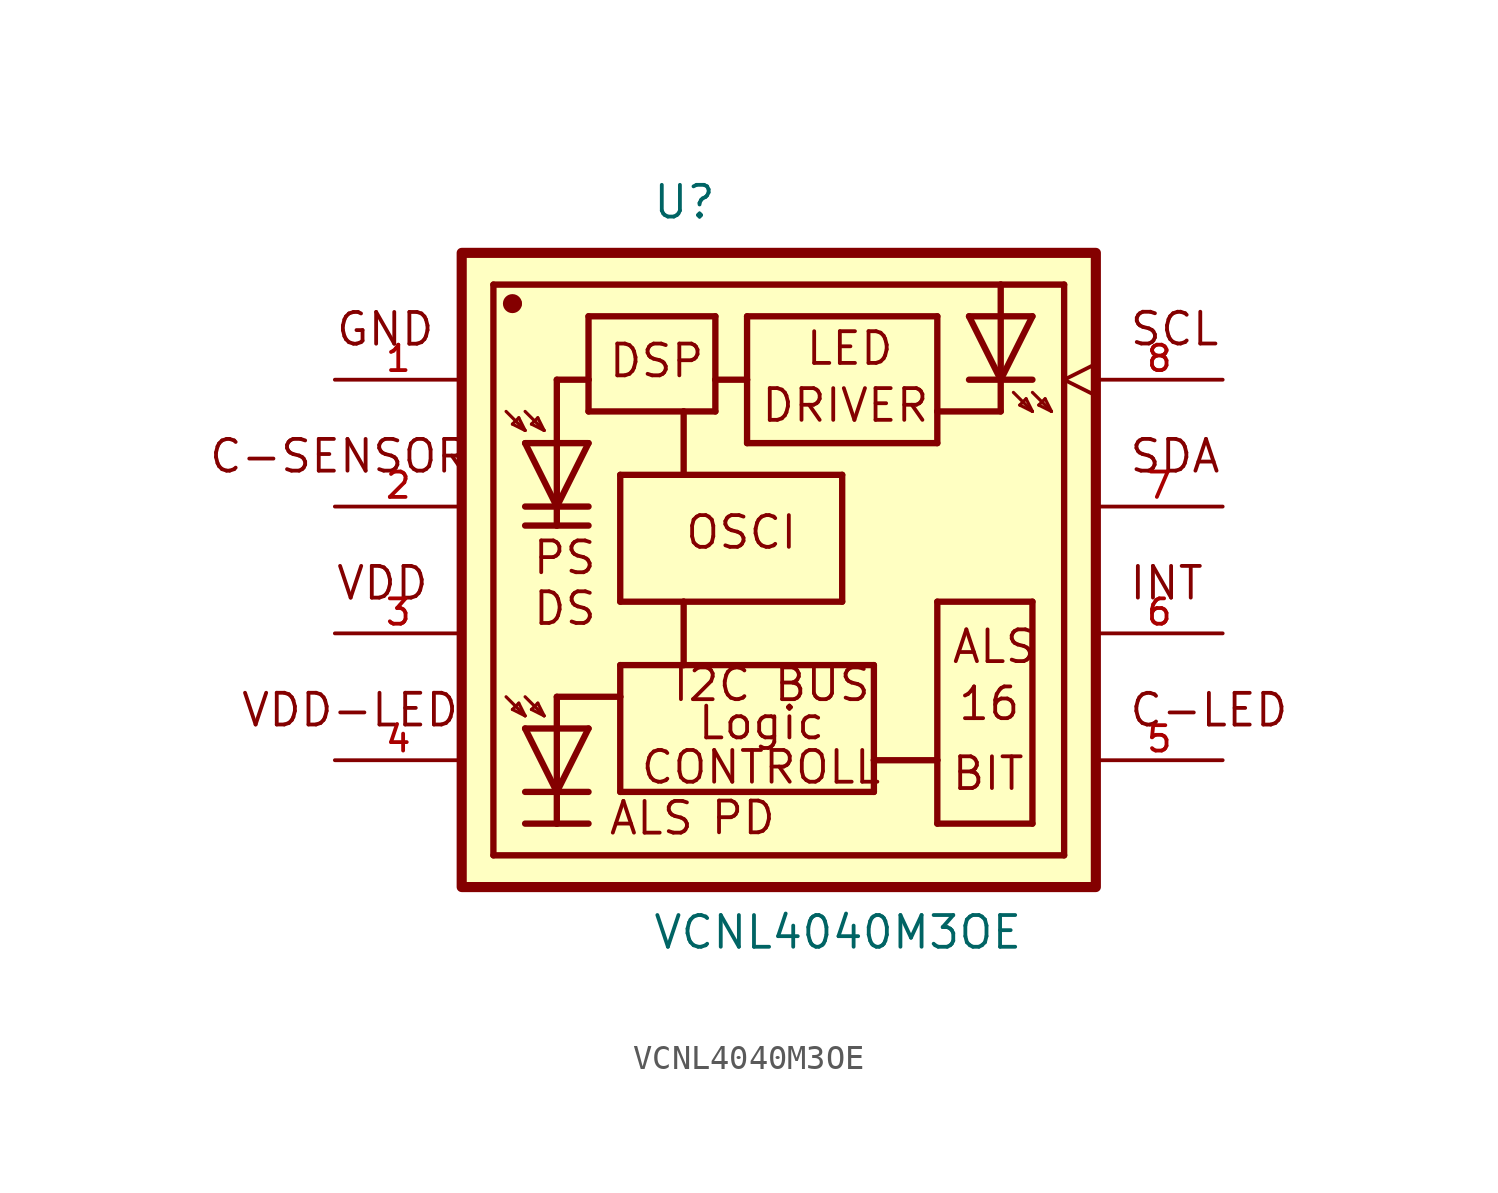
<source format=kicad_sym>
(kicad_symbol_lib
  (version 20211014)
  (generator kicad_symbol_editor)
  (symbol "VCNL4040M3OE"
    (pin_names
      (offset 1.016))
    (property "Reference" "U"
      (at -5.088 13.992 0)
      (effects (font (size 1.27 1.27)) (justify bottom left)))
    (property "Value" "VCNL4040M3OE"
      (at -5.085 -15.255 0)
      (effects (font (size 1.27 1.27)) (justify bottom left)))
    (symbol "VCNL4040M3OE_0_0"
      (polyline (pts (xy -11.43 11.43) (xy 8.89 11.43)) (stroke (width 0.254)))
      (polyline (pts (xy 8.89 11.43) (xy 11.43 11.43)) (stroke (width 0.254)))
      (polyline (pts (xy 11.43 11.43) (xy 11.43 -11.43)) (stroke (width 0.254)))
      (polyline (pts (xy 11.43 -11.43) (xy -11.43 -11.43)) (stroke (width 0.254)))
      (polyline (pts (xy -11.43 -11.43) (xy -11.43 11.43)) (stroke (width 0.254)))
      (text "VDD" (at -17.793 -1.271 0) (effects (font (size 1.271 1.271)) (justify bottom left)))
      (text "C-LED" (at 13.981 -6.355 0) (effects (font (size 1.271 1.271)) (justify bottom left)))
      (text "INT" (at 13.98 -1.271 0) (effects (font (size 1.271 1.271)) (justify bottom left)))
      (text "SDA" (at 13.985 3.814 0) (effects (font (size 1.271 1.271)) (justify bottom left)))
      (text "SCL" (at 13.997 8.907 0) (effects (font (size 1.272 1.272)) (justify bottom left)))
      (text "GND" (at -17.801 8.9 0) (effects (font (size 1.271 1.271)) (justify bottom left)))
      (text "C-SENSOR" (at -22.883 3.814 0) (effects (font (size 1.271 1.271)) (justify bottom left)))
      (text "VDD-LED" (at -21.6 -6.353 0) (effects (font (size 1.271 1.271)) (justify bottom left)))
      (polyline (pts (xy 10.16 -10.16) (xy 6.35 -10.16)) (stroke (width 0.254)))
      (polyline (pts (xy 6.35 -10.16) (xy 6.35 -7.62)) (stroke (width 0.254)))
      (polyline (pts (xy 6.35 -7.62) (xy 6.35 -1.27)) (stroke (width 0.254)))
      (polyline (pts (xy 6.35 -1.27) (xy 10.16 -1.27)) (stroke (width 0.254)))
      (polyline (pts (xy 10.16 -1.27) (xy 10.16 -10.16)) (stroke (width 0.254)))
      (polyline (pts (xy 3.81 -8.89) (xy 3.81 -7.62)) (stroke (width 0.254)))
      (polyline (pts (xy 3.81 -7.62) (xy 3.81 -3.81)) (stroke (width 0.254)))
      (polyline (pts (xy 3.81 -3.81) (xy -3.81 -3.81)) (stroke (width 0.254)))
      (polyline (pts (xy -3.81 -3.81) (xy -6.35 -3.81)) (stroke (width 0.254)))
      (polyline (pts (xy -6.35 -3.81) (xy -6.35 -5.08)) (stroke (width 0.254)))
      (polyline (pts (xy -6.35 -5.08) (xy -6.35 -8.89)) (stroke (width 0.254)))
      (polyline (pts (xy -6.35 -8.89) (xy 3.81 -8.89)) (stroke (width 0.254)))
      (polyline (pts (xy -7.62 10.16) (xy -7.62 7.62)) (stroke (width 0.254)))
      (polyline (pts (xy -7.62 7.62) (xy -7.62 6.35)) (stroke (width 0.254)))
      (polyline (pts (xy -7.62 6.35) (xy -3.81 6.35)) (stroke (width 0.254)))
      (polyline (pts (xy -3.81 6.35) (xy -2.54 6.35)) (stroke (width 0.254)))
      (polyline (pts (xy -2.54 6.35) (xy -2.54 7.62)) (stroke (width 0.254)))
      (polyline (pts (xy -2.54 7.62) (xy -2.54 10.16)) (stroke (width 0.254)))
      (polyline (pts (xy -2.54 10.16) (xy -7.62 10.16)) (stroke (width 0.254)))
      (polyline (pts (xy -6.35 3.81) (xy -6.35 -1.27)) (stroke (width 0.254)))
      (polyline (pts (xy -6.35 -1.27) (xy -3.81 -1.27)) (stroke (width 0.254)))
      (polyline (pts (xy -3.81 -1.27) (xy 2.54 -1.27)) (stroke (width 0.254)))
      (polyline (pts (xy 2.54 -1.27) (xy 2.54 3.81)) (stroke (width 0.254)))
      (polyline (pts (xy 2.54 3.81) (xy -3.81 3.81)) (stroke (width 0.254)))
      (polyline (pts (xy -3.81 3.81) (xy -6.35 3.81)) (stroke (width 0.254)))
      (polyline (pts (xy -3.81 6.35) (xy -3.81 3.81)) (stroke (width 0.254)))
      (polyline (pts (xy -3.81 -1.27) (xy -3.81 -3.81)) (stroke (width 0.254)))
      (polyline (pts (xy 3.81 -7.62) (xy 6.35 -7.62)) (stroke (width 0.254)))
      (polyline (pts (xy -1.27 10.16) (xy -1.27 7.62)) (stroke (width 0.254)))
      (polyline (pts (xy -1.27 7.62) (xy -1.27 5.08)) (stroke (width 0.254)))
      (polyline (pts (xy -1.27 5.08) (xy 6.35 5.08)) (stroke (width 0.254)))
      (polyline (pts (xy 6.35 5.08) (xy 6.35 6.35)) (stroke (width 0.254)))
      (polyline (pts (xy 6.35 6.35) (xy 6.35 10.16)) (stroke (width 0.254)))
      (polyline (pts (xy 6.35 10.16) (xy -1.27 10.16)) (stroke (width 0.254)))
      (polyline (pts (xy 6.35 6.35) (xy 8.89 6.35)) (stroke (width 0.254)))
      (polyline (pts (xy 8.89 6.35) (xy 8.89 7.62)) (stroke (width 0.254)))
      (polyline (pts (xy 8.89 7.62) (xy 8.89 11.43)) (stroke (width 0.254)))
      (polyline (pts (xy -1.27 7.62) (xy -2.54 7.62)) (stroke (width 0.254)))
      (polyline (pts (xy -7.62 7.62) (xy -8.89 7.62)) (stroke (width 0.254)))
      (polyline (pts (xy -8.89 7.62) (xy -8.89 2.54)) (stroke (width 0.254)))
      (polyline (pts (xy -8.89 2.54) (xy -8.89 1.778)) (stroke (width 0.254)))
      (polyline (pts (xy -8.89 1.778) (xy -10.16 1.778)) (stroke (width 0.254)))
      (polyline (pts (xy -8.89 1.778) (xy -7.62 1.778)) (stroke (width 0.254)))
      (polyline (pts (xy -6.35 -5.08) (xy -8.89 -5.08)) (stroke (width 0.254)))
      (polyline (pts (xy -8.89 -5.08) (xy -8.89 -8.89)) (stroke (width 0.254)))
      (polyline (pts (xy -8.89 -8.89) (xy -8.89 -10.16)) (stroke (width 0.254)))
      (polyline (pts (xy -8.89 -10.16) (xy -7.62 -10.16)) (stroke (width 0.254)))
      (polyline (pts (xy -8.89 -10.16) (xy -10.16 -10.16)) (stroke (width 0.254)))
      (text "DSP" (at -6.869 7.632 0) (effects (font (size 1.272 1.272)) (justify bottom left)))
      (text "LED" (at 1.016 8.13 0) (effects (font (size 1.27 1.27)) (justify bottom left)))
      (text "DRIVER" (at -0.763 5.849 0) (effects (font (size 1.271 1.271)) (justify bottom left)))
      (text "OSCI" (at -3.813 0.763 0) (effects (font (size 1.271 1.271)) (justify bottom left)))
      (text "I2C BUS" (at -4.322 -5.338 0) (effects (font (size 1.271 1.271)) (justify bottom left)))
      (text "CONTROLL" (at -5.593 -8.644 0) (effects (font (size 1.271 1.271)) (justify bottom left)))
      (text "Logic" (at -3.308 -6.87 0) (effects (font (size 1.272 1.272)) (justify bottom left)))
      (text "ALS" (at 6.868 -3.815 0) (effects (font (size 1.272 1.272)) (justify bottom left)))
      (text "16" (at 7.116 -6.099 0) (effects (font (size 1.271 1.271)) (justify bottom left)))
      (text "BIT" (at 6.864 -8.898 0) (effects (font (size 1.271 1.271)) (justify bottom left)))
      (polyline (pts (xy -8.89 2.54) (xy -10.16 5.08)) (stroke (width 0.254)))
      (polyline (pts (xy -10.16 5.08) (xy -7.62 5.08)) (stroke (width 0.254)))
      (polyline (pts (xy -7.62 5.08) (xy -8.89 2.54)) (stroke (width 0.254)))
      (polyline (pts (xy -10.16 2.54) (xy -7.62 2.54)) (stroke (width 0.254)))
      (polyline (pts (xy -7.62 -6.35) (xy -10.16 -6.35)) (stroke (width 0.254)))
      (polyline (pts (xy -10.16 -6.35) (xy -8.89 -8.89)) (stroke (width 0.254)))
      (polyline (pts (xy -8.89 -8.89) (xy -7.62 -6.35)) (stroke (width 0.254)))
      (polyline (pts (xy -7.62 -8.89) (xy -10.16 -8.89)) (stroke (width 0.254)))
      (polyline (pts (xy 10.16 10.16) (xy 7.62 10.16)) (stroke (width 0.254)))
      (polyline (pts (xy 7.62 10.16) (xy 8.89 7.62)) (stroke (width 0.254)))
      (polyline (pts (xy 8.89 7.62) (xy 10.16 10.16)) (stroke (width 0.254)))
      (polyline (pts (xy 7.62 7.62) (xy 10.16 7.62)) (stroke (width 0.254)))
      (polyline (pts (xy 9.398 7.112) (xy 10.16 6.35)) (stroke (width 0.127)))
      (polyline (pts (xy 10.16 6.35) (xy 9.906 6.858)) (stroke (width 0.127)))
      (polyline (pts (xy 9.906 6.858) (xy 9.652 6.604)) (stroke (width 0.127)))
      (polyline (pts (xy 9.652 6.604) (xy 10.16 6.35)) (stroke (width 0.127)))
      (polyline (pts (xy 10.16 7.112) (xy 10.922 6.35)) (stroke (width 0.127)))
      (polyline (pts (xy 10.922 6.35) (xy 10.668 6.858)) (stroke (width 0.127)))
      (polyline (pts (xy 10.668 6.858) (xy 10.414 6.604)) (stroke (width 0.127)))
      (polyline (pts (xy 10.414 6.604) (xy 10.922 6.35)) (stroke (width 0.127)))
      (polyline (pts (xy -10.922 6.35) (xy -10.16 5.588)) (stroke (width 0.127)))
      (polyline (pts (xy -10.16 5.588) (xy -10.414 6.096)) (stroke (width 0.127)))
      (polyline (pts (xy -10.414 6.096) (xy -10.668 5.842)) (stroke (width 0.127)))
      (polyline (pts (xy -10.668 5.842) (xy -10.16 5.588)) (stroke (width 0.127)))
      (polyline (pts (xy -10.16 6.35) (xy -9.398 5.588)) (stroke (width 0.127)))
      (polyline (pts (xy -9.398 5.588) (xy -9.652 6.096)) (stroke (width 0.127)))
      (polyline (pts (xy -9.652 6.096) (xy -9.906 5.842)) (stroke (width 0.127)))
      (polyline (pts (xy -9.906 5.842) (xy -9.398 5.588)) (stroke (width 0.127)))
      (polyline (pts (xy -10.922 -5.08) (xy -10.16 -5.842)) (stroke (width 0.127)))
      (polyline (pts (xy -10.16 -5.842) (xy -10.414 -5.334)) (stroke (width 0.127)))
      (polyline (pts (xy -10.414 -5.334) (xy -10.668 -5.588)) (stroke (width 0.127)))
      (polyline (pts (xy -10.668 -5.588) (xy -10.16 -5.842)) (stroke (width 0.127)))
      (polyline (pts (xy -10.16 -5.08) (xy -9.398 -5.842)) (stroke (width 0.127)))
      (polyline (pts (xy -9.398 -5.842) (xy -9.652 -5.334)) (stroke (width 0.127)))
      (polyline (pts (xy -9.652 -5.334) (xy -9.906 -5.588)) (stroke (width 0.127)))
      (polyline (pts (xy -9.906 -5.588) (xy -9.398 -5.842)) (stroke (width 0.127)))
      (text "DS" (at -9.908 -2.287 0) (effects (font (size 1.27 1.27)) (justify bottom left)))
      (text "PS" (at -9.918 -0.254 0) (effects (font (size 1.272 1.272)) (justify bottom left)))
      (text "ALS" (at -6.869 -10.685 0) (effects (font (size 1.272 1.272)) (justify bottom left)))
      (text "PD" (at -2.795 -10.671 0) (effects (font (size 1.27 1.27)) (justify bottom left)))
      (circle (center -10.668 10.668) (radius 0.254) (stroke (width 0.254)) (fill (type none)))
      (circle (center -10.668 10.668) (radius 0.18) (stroke (width 0.254)) (fill (type none)))
      (circle (center -10.541 10.668) (radius 0.127) (stroke (width 0.254)) (fill (type none)))
      (rectangle (start -12.7 -12.7) (end 12.7 12.7) (stroke (width 0.406)) (fill (type background)))
      (pin output line (at -17.78 2.54 0) (length 5.08) (name "~" (effects (font (size 1.016 1.016)))) (number "2" (effects (font (size 1.016 1.016)))))
      (pin power_in line (at -17.78 -2.54 0) (length 5.08) (name "~" (effects (font (size 1.016 1.016)))) (number "3" (effects (font (size 1.016 1.016)))))
      (pin power_in line (at -17.78 -7.62 0) (length 5.08) (name "~" (effects (font (size 1.016 1.016)))) (number "4" (effects (font (size 1.016 1.016)))))
      (pin input clock (at 17.78 7.62 180.0) (length 5.08) (name "~" (effects (font (size 1.016 1.016)))) (number "8" (effects (font (size 1.016 1.016)))))
      (pin bidirectional line (at 17.78 2.54 180.0) (length 5.08) (name "~" (effects (font (size 1.016 1.016)))) (number "7" (effects (font (size 1.016 1.016)))))
      (pin output line (at 17.78 -2.54 180.0) (length 5.08) (name "~" (effects (font (size 1.016 1.016)))) (number "6" (effects (font (size 1.016 1.016)))))
      (pin output line (at 17.78 -7.62 180.0) (length 5.08) (name "~" (effects (font (size 1.016 1.016)))) (number "5" (effects (font (size 1.016 1.016)))))
      (pin power_in line (at -17.78 7.62 0) (length 5.08) (name "~" (effects (font (size 1.016 1.016)))) (number "1" (effects (font (size 1.016 1.016))))))))
</source>
